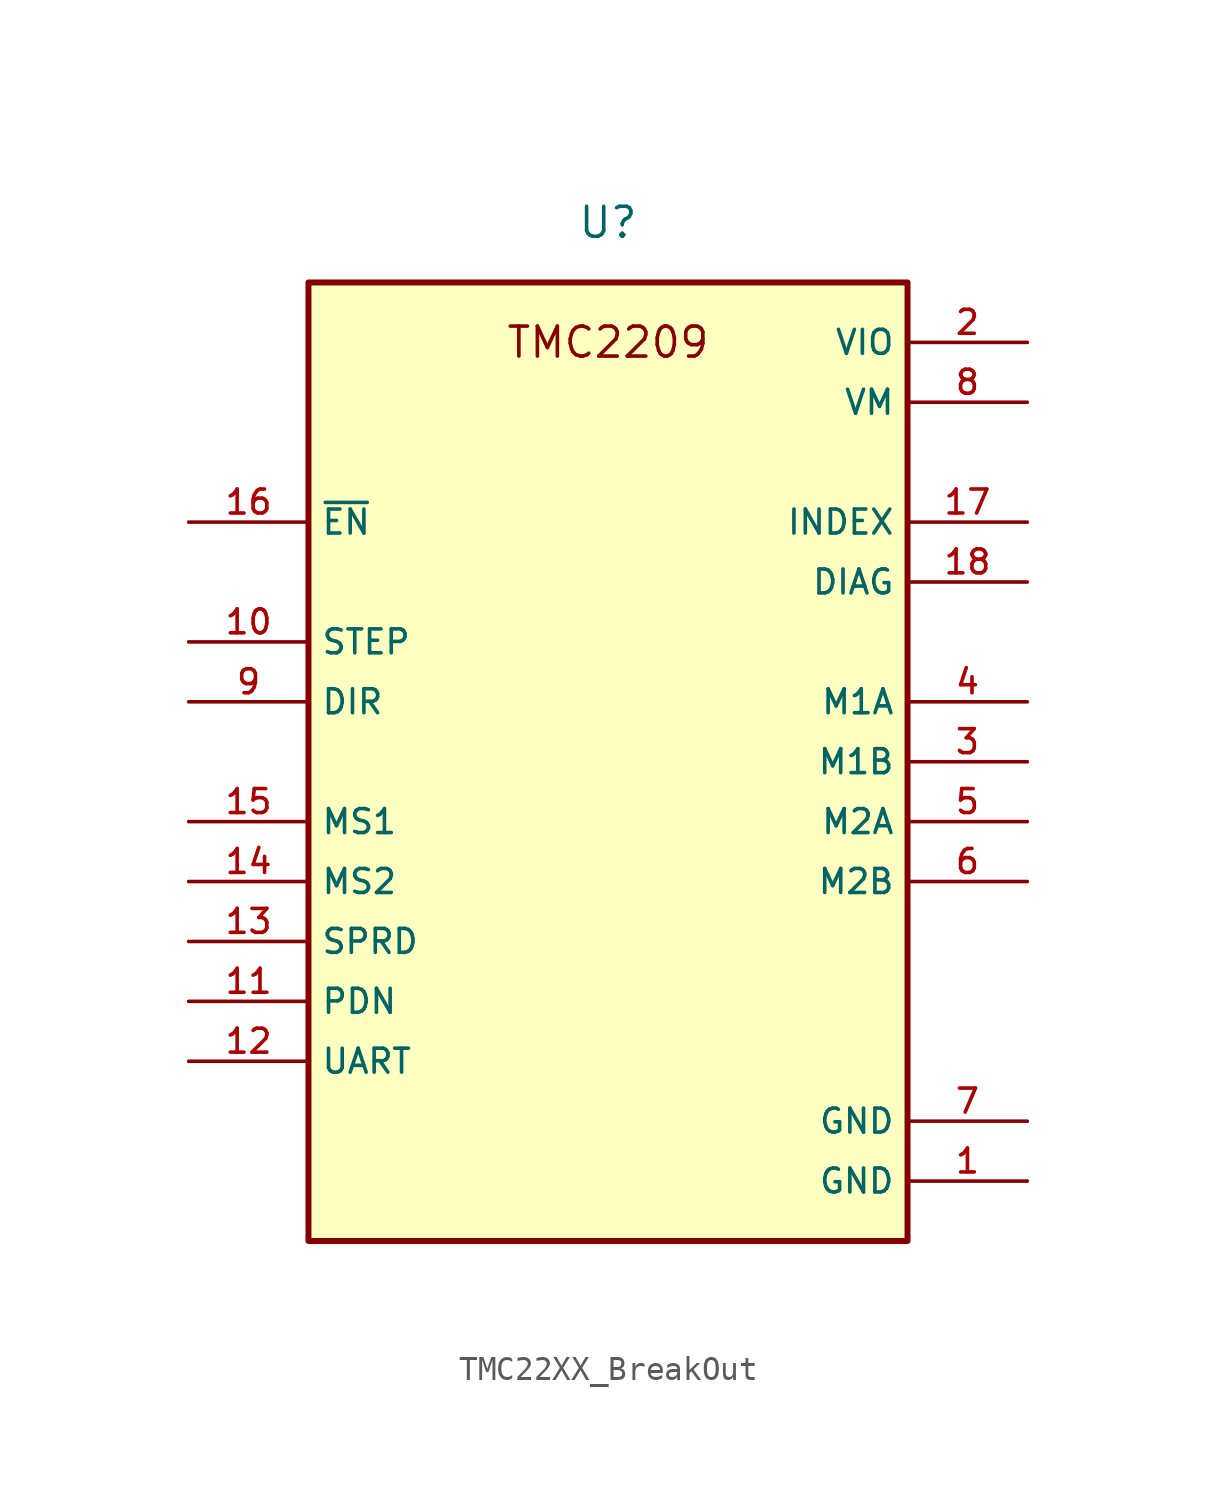
<source format=kicad_sym>
(kicad_symbol_lib
  (version 20220914)
  (generator kicad_symbol_editor)
  (symbol "TMC22XX_BreakOut"
    (property "Reference" "U"
      (at 0 21.59 0)
      (effects (font (size 1.27 1.27))))
    (property "Value" ""
      (at -3.81 0 0)
      (effects (font (size 1.27 1.27))))
    (symbol "TMC22XX_BreakOut_0_0"
      (rectangle (start -12.7 19.05) (end 12.7 -21.59) (stroke (width 0.254) (type default)) (fill (type background)))
      (pin power_in line (at 17.78 -19.05 180) (length 5.08) (name "GND" (effects (font (size 1.016 1.016)))) (number "1" (effects (font (size 1.016 1.016)))))
      (pin input line (at -17.78 3.81 0) (length 5.08) (name "STEP" (effects (font (size 1.016 1.016)))) (number "10" (effects (font (size 1.016 1.016)))))
      (pin bidirectional line (at -17.78 -11.43 0) (length 5.08) (name "PDN" (effects (font (size 1.016 1.016)))) (number "11" (effects (font (size 1.016 1.016)))))
      (pin bidirectional line (at -17.78 -13.97 0) (length 5.08) (name "UART" (effects (font (size 1.016 1.016)))) (number "12" (effects (font (size 1.016 1.016)))))
      (pin input line (at -17.78 -8.89 0) (length 5.08) (name "SPRD" (effects (font (size 1.016 1.016)))) (number "13" (effects (font (size 1.016 1.016)))))
      (pin input line (at -17.78 -6.35 0) (length 5.08) (name "MS2" (effects (font (size 1.016 1.016)))) (number "14" (effects (font (size 1.016 1.016)))))
      (pin input line (at -17.78 -3.81 0) (length 5.08) (name "MS1" (effects (font (size 1.016 1.016)))) (number "15" (effects (font (size 1.016 1.016)))))
      (pin input line (at -17.78 8.89 0) (length 5.08) (name "~{EN}" (effects (font (size 1.016 1.016)))) (number "16" (effects (font (size 1.016 1.016)))))
      (pin output line (at 17.78 8.89 180) (length 5.08) (name "INDEX" (effects (font (size 1.016 1.016)))) (number "17" (effects (font (size 1.016 1.016)))))
      (pin output line (at 17.78 6.35 180) (length 5.08) (name "DIAG" (effects (font (size 1.016 1.016)))) (number "18" (effects (font (size 1.016 1.016)))))
      (pin power_in line (at 17.78 16.51 180) (length 5.08) (name "VIO" (effects (font (size 1.016 1.016)))) (number "2" (effects (font (size 1.016 1.016)))))
      (pin output line (at 17.78 -1.27 180) (length 5.08) (name "M1B" (effects (font (size 1.016 1.016)))) (number "3" (effects (font (size 1.016 1.016)))))
      (pin output line (at 17.78 1.27 180) (length 5.08) (name "M1A" (effects (font (size 1.016 1.016)))) (number "4" (effects (font (size 1.016 1.016)))))
      (pin output line (at 17.78 -3.81 180) (length 5.08) (name "M2A" (effects (font (size 1.016 1.016)))) (number "5" (effects (font (size 1.016 1.016)))))
      (pin output line (at 17.78 -6.35 180) (length 5.08) (name "M2B" (effects (font (size 1.016 1.016)))) (number "6" (effects (font (size 1.016 1.016)))))
      (pin power_in line (at 17.78 -16.51 180) (length 5.08) (name "GND" (effects (font (size 1.016 1.016)))) (number "7" (effects (font (size 1.016 1.016)))))
      (pin power_in line (at 17.78 13.97 180) (length 5.08) (name "VM" (effects (font (size 1.016 1.016)))) (number "8" (effects (font (size 1.016 1.016)))))
      (pin input line (at -17.78 1.27 0) (length 5.08) (name "DIR" (effects (font (size 1.016 1.016)))) (number "9" (effects (font (size 1.016 1.016))))))
    (symbol "TMC22XX_BreakOut_1_1"
      (text "TMC2209\n" (at 0 16.51 0) (effects (font (size 1.27 1.27)))))))
</source>
